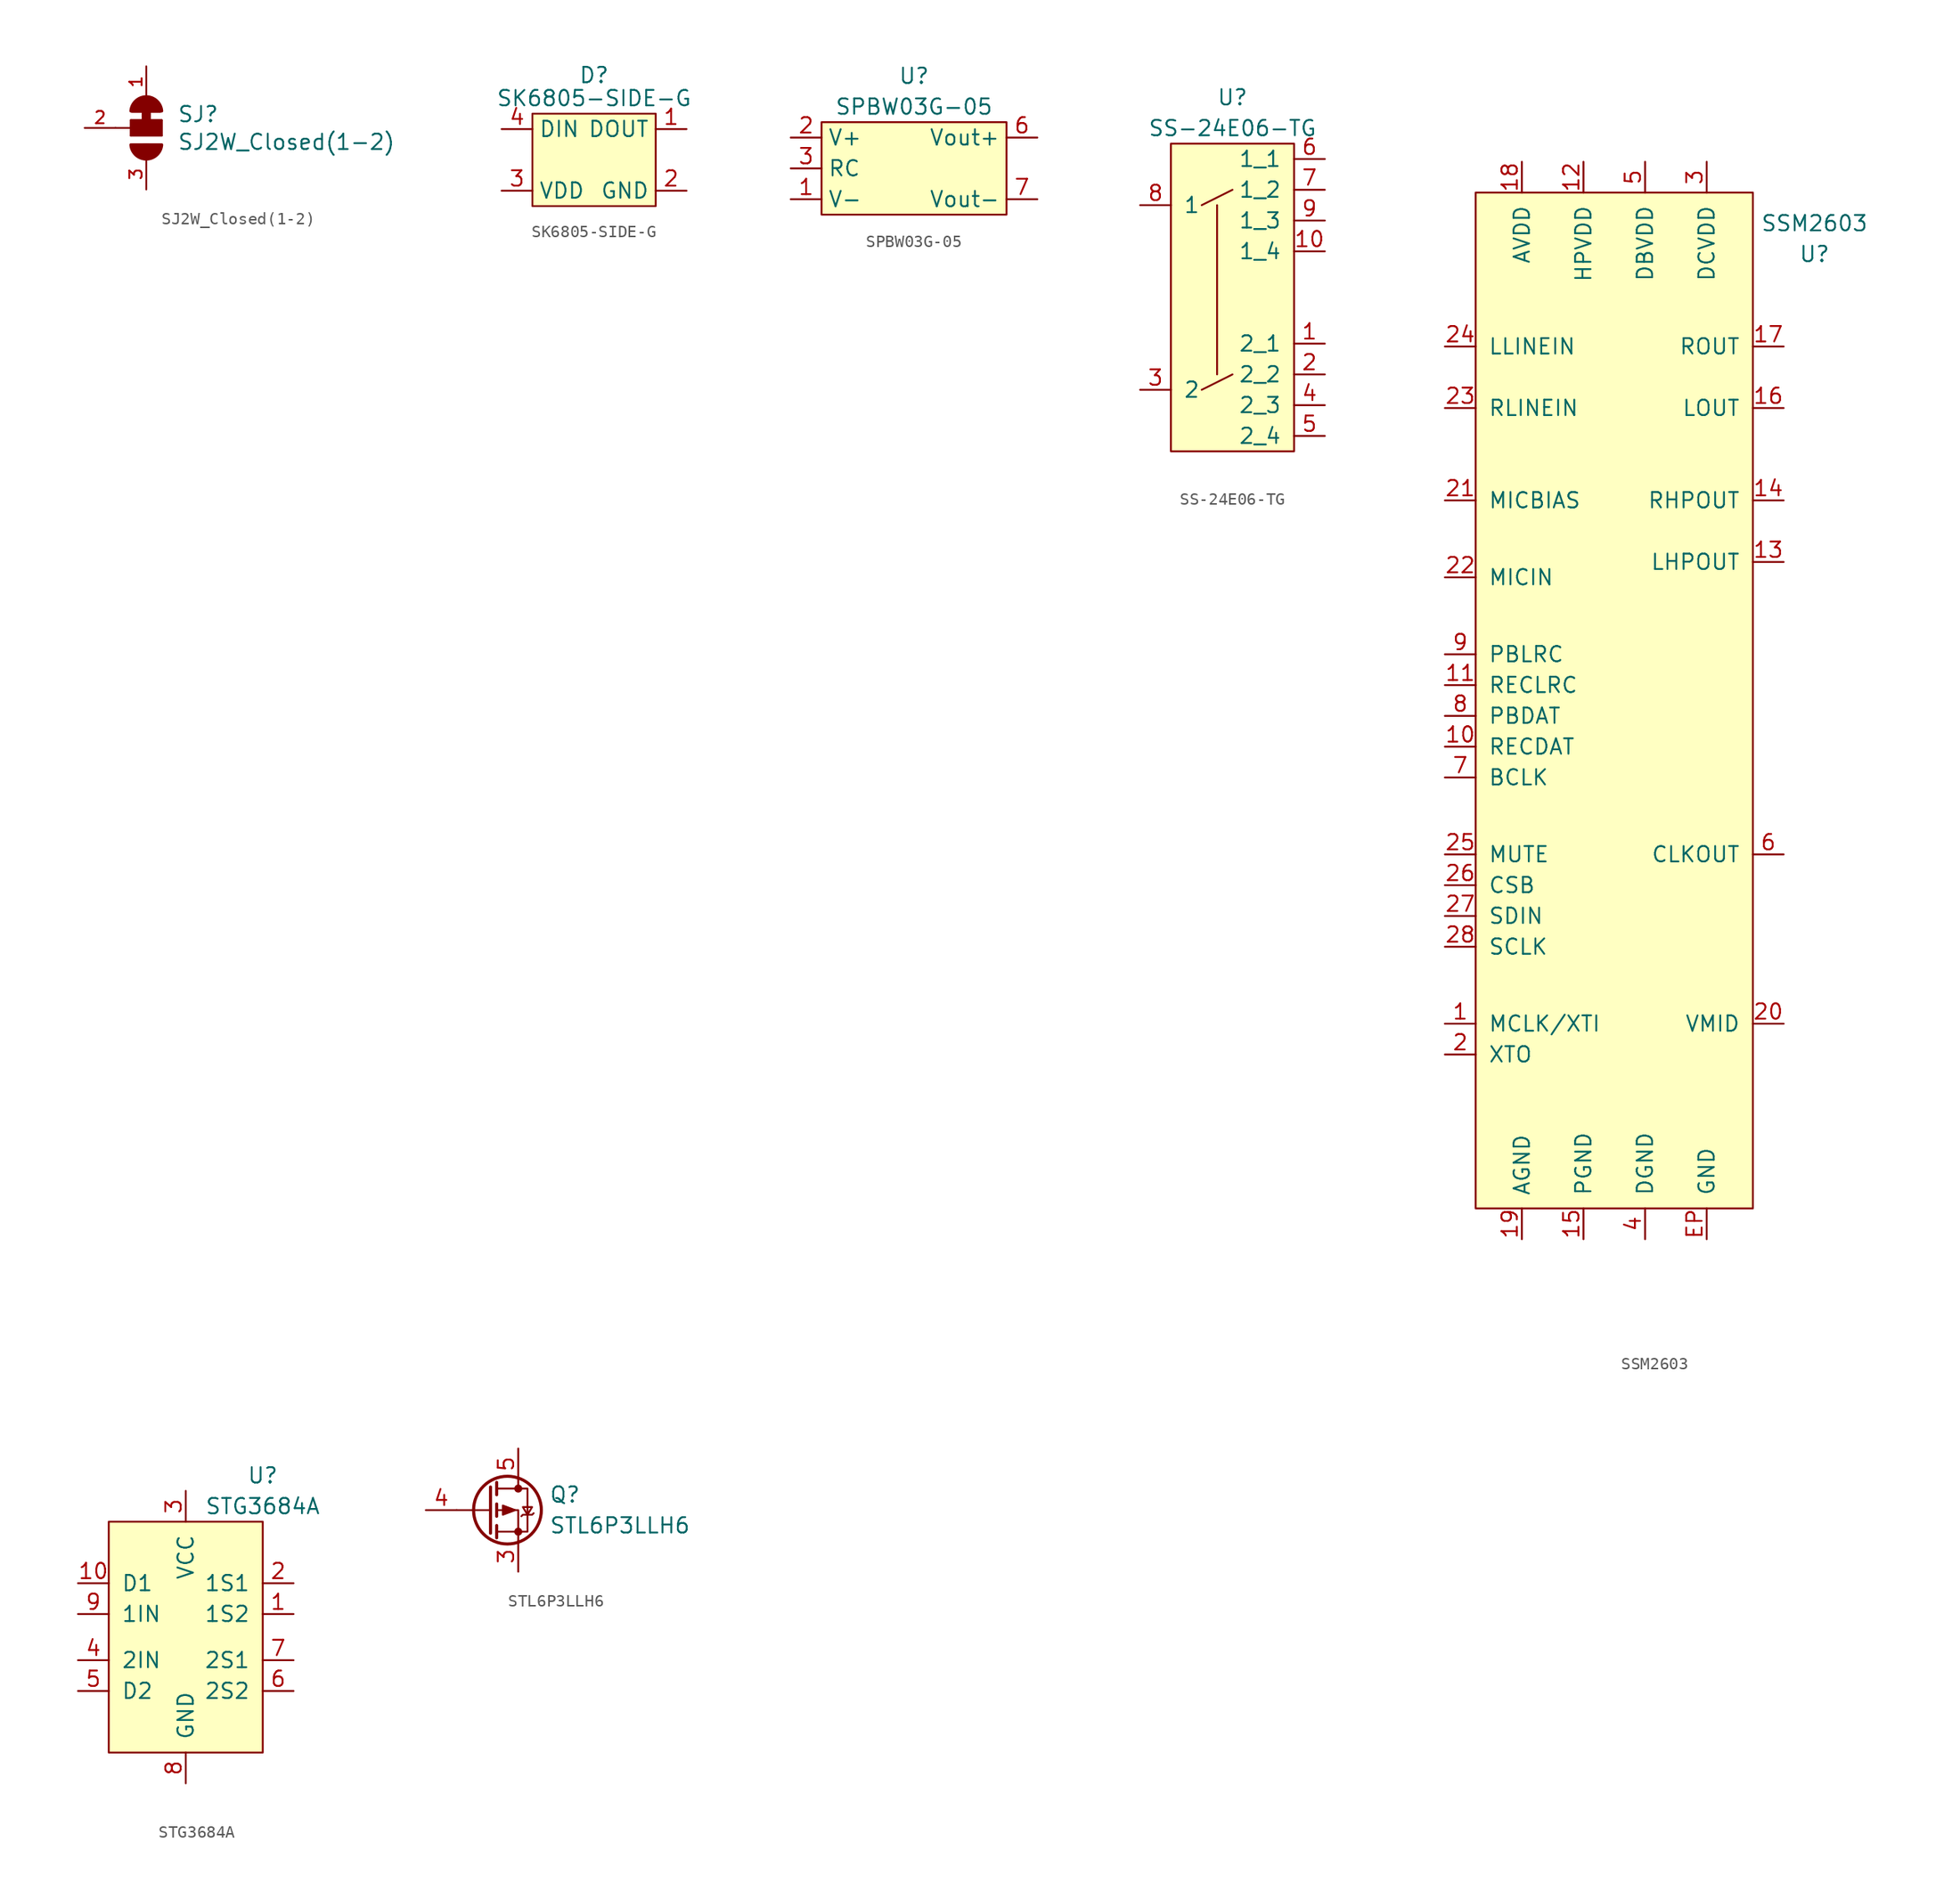
<source format=kicad_sym>
(kicad_symbol_lib
  (version 20211014)
  (generator kicad_symbol_editor)
  (symbol "SJ2W_Closed(1-2)"
    (pin_names
      (offset 1.016) hide)
    (property "Reference" "SJ"
      (at 2.54 0.381 0)
      (effects (font (size 1.27 1.27)) (justify left bottom)))
    (property "Value" "SJ2W_Closed(1-2)"
      (at 2.54 -1.905 0)
      (effects (font (size 1.27 1.27)) (justify left bottom)))
    (property "Datasheet" ""
      (at 0 0 0)
      (effects (font (size 1.524 1.524))))
    (symbol "SJ2W_Closed(1-2)_0_1"
      (polyline (pts (xy 0 1.905) (xy 0 0)) (stroke (width 0.762) (type default) (color 0 0 0 0)) (fill (type none))))
    (symbol "SJ2W_Closed(1-2)_1_0"
      (polyline (pts (xy -2.54 0) (xy -1.27 0)) (stroke (width 0) (type default) (color 0 0 0 0)) (fill (type none)))
      (polyline (pts (xy -1.27 -0.635) (xy -1.27 0)) (stroke (width 0) (type default) (color 0 0 0 0)) (fill (type none)))
      (polyline (pts (xy -1.27 0) (xy -1.27 0.635)) (stroke (width 0) (type default) (color 0 0 0 0)) (fill (type none)))
      (polyline (pts (xy -1.27 0.635) (xy 1.27 0.635)) (stroke (width 0) (type default) (color 0 0 0 0)) (fill (type none)))
      (polyline (pts (xy 1.27 -0.635) (xy -1.27 -0.635)) (stroke (width 0) (type default) (color 0 0 0 0)) (fill (type none)))
      (polyline (pts (xy 1.27 0.635) (xy 1.27 -0.635)) (stroke (width 0) (type default) (color 0 0 0 0)) (fill (type none))))
    (symbol "SJ2W_Closed(1-2)_1_1"
      (arc (start -1.27 -1.397) (mid 0 -2.5695) (end 1.27 -1.397) (stroke (width 0.254) (type default) (color 0 0 0 0)) (fill (type outline)))
      (rectangle (start -1.27 -0.635) (end 1.27 0.635) (stroke (width 0) (type default) (color 0 0 0 0)) (fill (type outline)))
      (polyline (pts (xy -1.168 1.372) (xy 1.143 1.372)) (stroke (width 0.254) (type default) (color 0 0 0 0)) (fill (type none)))
      (polyline (pts (xy -1.143 -1.397) (xy 1.143 -1.397)) (stroke (width 0.254) (type default) (color 0 0 0 0)) (fill (type none)))
      (arc (start 1.27 1.397) (mid 0 2.5695) (end -1.27 1.397) (stroke (width 0.254) (type default) (color 0 0 0 0)) (fill (type outline)))
      (pin passive line (at 0 5.08 270) (length 2.54) (name "1" (effects (font (size 0.508 0.508)))) (number "1" (effects (font (size 1.016 1.016)))))
      (pin passive line (at -5.08 0 0) (length 2.54) (name "2" (effects (font (size 0.508 0.508)))) (number "2" (effects (font (size 1.016 1.016)))))
      (pin passive line (at 0 -5.08 90) (length 2.54) (name "3" (effects (font (size 0.508 0.508)))) (number "3" (effects (font (size 1.016 1.016)))))))
  (symbol "SK6805-SIDE-G"
    (property "Reference" "D"
      (at 0 6.985 0)
      (effects (font (size 1.27 1.27))))
    (property "Value" "SK6805-SIDE-G"
      (at 0 5.08 0)
      (effects (font (size 1.27 1.27))))
    (symbol "SK6805-SIDE-G_0_1"
      (rectangle (start -5.08 3.81) (end 5.08 -3.81) (stroke (width 0) (type default) (color 0 0 0 0)) (fill (type background))))
    (symbol "SK6805-SIDE-G_1_1"
      (pin input line (at 7.62 2.54 180) (length 2.54) (name "DOUT" (effects (font (size 1.27 1.27)))) (number "1" (effects (font (size 1.27 1.27)))))
      (pin input line (at 7.62 -2.54 180) (length 2.54) (name "GND" (effects (font (size 1.27 1.27)))) (number "2" (effects (font (size 1.27 1.27)))))
      (pin input line (at -7.62 -2.54 0) (length 2.54) (name "VDD" (effects (font (size 1.27 1.27)))) (number "3" (effects (font (size 1.27 1.27)))))
      (pin input line (at -7.62 2.54 0) (length 2.54) (name "DIN" (effects (font (size 1.27 1.27)))) (number "4" (effects (font (size 1.27 1.27)))))))
  (symbol "SPBW03G-05"
    (property "Reference" "U"
      (at 0 7.62 0)
      (effects (font (size 1.27 1.27))))
    (property "Value" "SPBW03G-05"
      (at 0 5.08 0)
      (effects (font (size 1.27 1.27))))
    (symbol "SPBW03G-05_0_1"
      (rectangle (start -7.62 3.81) (end 7.62 -3.81) (stroke (width 0) (type default) (color 0 0 0 0)) (fill (type background))))
    (symbol "SPBW03G-05_1_1"
      (pin input line (at -10.16 -2.54 0) (length 2.54) (name "V-" (effects (font (size 1.27 1.27)))) (number "1" (effects (font (size 1.27 1.27)))))
      (pin input line (at -10.16 2.54 0) (length 2.54) (name "V+" (effects (font (size 1.27 1.27)))) (number "2" (effects (font (size 1.27 1.27)))))
      (pin input line (at -10.16 0 0) (length 2.54) (name "RC" (effects (font (size 1.27 1.27)))) (number "3" (effects (font (size 1.27 1.27)))))
      (pin input line (at 10.16 1.27 180) (length 2.54) hide (name "NC" (effects (font (size 1.27 1.27)))) (number "5" (effects (font (size 1.27 1.27)))))
      (pin input line (at 10.16 2.54 180) (length 2.54) (name "Vout+" (effects (font (size 1.27 1.27)))) (number "6" (effects (font (size 1.27 1.27)))))
      (pin input line (at 10.16 -2.54 180) (length 2.54) (name "Vout-" (effects (font (size 1.27 1.27)))) (number "7" (effects (font (size 1.27 1.27)))))
      (pin input line (at 10.16 -1.27 180) (length 2.54) hide (name "NC" (effects (font (size 1.27 1.27)))) (number "8" (effects (font (size 1.27 1.27)))))))
  (symbol "SS-24E06-TG"
    (pin_names
      (offset 1.016))
    (property "Reference" "U"
      (at 0 16.51 0)
      (effects (font (size 1.27 1.27))))
    (property "Value" "SS-24E06-TG"
      (at 0 13.97 0)
      (effects (font (size 1.27 1.27))))
    (symbol "SS-24E06-TG_0_1"
      (polyline (pts (xy -2.54 7.62) (xy 0 8.89)) (stroke (width 0) (type default) (color 0 0 0 0)) (fill (type none)))
      (polyline (pts (xy -1.27 7.62) (xy -1.27 -6.35)) (stroke (width 0) (type default) (color 0 0 0 0)) (fill (type none)))
      (polyline (pts (xy 0 -6.35) (xy -2.54 -7.62)) (stroke (width 0) (type default) (color 0 0 0 0)) (fill (type none)))
      (rectangle (start 5.08 12.7) (end -5.08 -12.7) (stroke (width 0) (type default) (color 0 0 0 0)) (fill (type background))))
    (symbol "SS-24E06-TG_1_1"
      (pin input line (at 7.62 -3.81 180) (length 2.54) (name "2_1" (effects (font (size 1.27 1.27)))) (number "1" (effects (font (size 1.27 1.27)))))
      (pin input line (at 7.62 3.81 180) (length 2.54) (name "1_4" (effects (font (size 1.27 1.27)))) (number "10" (effects (font (size 1.27 1.27)))))
      (pin input line (at 7.62 -6.35 180) (length 2.54) (name "2_2" (effects (font (size 1.27 1.27)))) (number "2" (effects (font (size 1.27 1.27)))))
      (pin input line (at -7.62 -7.62 0) (length 2.54) (name "2" (effects (font (size 1.27 1.27)))) (number "3" (effects (font (size 1.27 1.27)))))
      (pin input line (at 7.62 -8.89 180) (length 2.54) (name "2_3" (effects (font (size 1.27 1.27)))) (number "4" (effects (font (size 1.27 1.27)))))
      (pin input line (at 7.62 -11.43 180) (length 2.54) (name "2_4" (effects (font (size 1.27 1.27)))) (number "5" (effects (font (size 1.27 1.27)))))
      (pin input line (at 7.62 11.43 180) (length 2.54) (name "1_1" (effects (font (size 1.27 1.27)))) (number "6" (effects (font (size 1.27 1.27)))))
      (pin input line (at 7.62 8.89 180) (length 2.54) (name "1_2" (effects (font (size 1.27 1.27)))) (number "7" (effects (font (size 1.27 1.27)))))
      (pin input line (at -7.62 7.62 0) (length 2.54) (name "1" (effects (font (size 1.27 1.27)))) (number "8" (effects (font (size 1.27 1.27)))))
      (pin input line (at 7.62 6.35 180) (length 2.54) (name "1_3" (effects (font (size 1.27 1.27)))) (number "9" (effects (font (size 1.27 1.27)))))))
  (symbol "SSM2603"
    (pin_names
      (offset 1.016))
    (property "Reference" "U"
      (at 16.51 36.83 0)
      (effects (font (size 1.27 1.27))))
    (property "Value" "SSM2603"
      (at 16.51 39.37 0)
      (effects (font (size 1.27 1.27))))
    (symbol "SSM2603_0_1"
      (rectangle (start -11.43 41.91) (end 11.43 -41.91) (stroke (width 0) (type default) (color 0 0 0 0)) (fill (type background))))
    (symbol "SSM2603_1_1"
      (pin input line (at -13.97 -26.67 0) (length 2.54) (name "MCLK/XTI" (effects (font (size 1.27 1.27)))) (number "1" (effects (font (size 1.27 1.27)))))
      (pin input line (at -13.97 -3.81 0) (length 2.54) (name "RECDAT" (effects (font (size 1.27 1.27)))) (number "10" (effects (font (size 1.27 1.27)))))
      (pin input line (at -13.97 1.27 0) (length 2.54) (name "RECLRC" (effects (font (size 1.27 1.27)))) (number "11" (effects (font (size 1.27 1.27)))))
      (pin input line (at -2.54 44.45 270) (length 2.54) (name "HPVDD" (effects (font (size 1.27 1.27)))) (number "12" (effects (font (size 1.27 1.27)))))
      (pin input line (at 13.97 11.43 180) (length 2.54) (name "LHPOUT" (effects (font (size 1.27 1.27)))) (number "13" (effects (font (size 1.27 1.27)))))
      (pin input line (at 13.97 16.51 180) (length 2.54) (name "RHPOUT" (effects (font (size 1.27 1.27)))) (number "14" (effects (font (size 1.27 1.27)))))
      (pin input line (at -2.54 -44.45 90) (length 2.54) (name "PGND" (effects (font (size 1.27 1.27)))) (number "15" (effects (font (size 1.27 1.27)))))
      (pin input line (at 13.97 24.13 180) (length 2.54) (name "LOUT" (effects (font (size 1.27 1.27)))) (number "16" (effects (font (size 1.27 1.27)))))
      (pin input line (at 13.97 29.21 180) (length 2.54) (name "ROUT" (effects (font (size 1.27 1.27)))) (number "17" (effects (font (size 1.27 1.27)))))
      (pin input line (at -7.62 44.45 270) (length 2.54) (name "AVDD" (effects (font (size 1.27 1.27)))) (number "18" (effects (font (size 1.27 1.27)))))
      (pin input line (at -7.62 -44.45 90) (length 2.54) (name "AGND" (effects (font (size 1.27 1.27)))) (number "19" (effects (font (size 1.27 1.27)))))
      (pin input line (at -13.97 -29.21 0) (length 2.54) (name "XTO" (effects (font (size 1.27 1.27)))) (number "2" (effects (font (size 1.27 1.27)))))
      (pin input line (at 13.97 -26.67 180) (length 2.54) (name "VMID" (effects (font (size 1.27 1.27)))) (number "20" (effects (font (size 1.27 1.27)))))
      (pin input line (at -13.97 16.51 0) (length 2.54) (name "MICBIAS" (effects (font (size 1.27 1.27)))) (number "21" (effects (font (size 1.27 1.27)))))
      (pin input line (at -13.97 10.16 0) (length 2.54) (name "MICIN" (effects (font (size 1.27 1.27)))) (number "22" (effects (font (size 1.27 1.27)))))
      (pin input line (at -13.97 24.13 0) (length 2.54) (name "RLINEIN" (effects (font (size 1.27 1.27)))) (number "23" (effects (font (size 1.27 1.27)))))
      (pin input line (at -13.97 29.21 0) (length 2.54) (name "LLINEIN" (effects (font (size 1.27 1.27)))) (number "24" (effects (font (size 1.27 1.27)))))
      (pin input line (at -13.97 -12.7 0) (length 2.54) (name "MUTE" (effects (font (size 1.27 1.27)))) (number "25" (effects (font (size 1.27 1.27)))))
      (pin input line (at -13.97 -15.24 0) (length 2.54) (name "CSB" (effects (font (size 1.27 1.27)))) (number "26" (effects (font (size 1.27 1.27)))))
      (pin input line (at -13.97 -17.78 0) (length 2.54) (name "SDIN" (effects (font (size 1.27 1.27)))) (number "27" (effects (font (size 1.27 1.27)))))
      (pin input line (at -13.97 -20.32 0) (length 2.54) (name "SCLK" (effects (font (size 1.27 1.27)))) (number "28" (effects (font (size 1.27 1.27)))))
      (pin input line (at 7.62 44.45 270) (length 2.54) (name "DCVDD" (effects (font (size 1.27 1.27)))) (number "3" (effects (font (size 1.27 1.27)))))
      (pin input line (at 2.54 -44.45 90) (length 2.54) (name "DGND" (effects (font (size 1.27 1.27)))) (number "4" (effects (font (size 1.27 1.27)))))
      (pin input line (at 2.54 44.45 270) (length 2.54) (name "DBVDD" (effects (font (size 1.27 1.27)))) (number "5" (effects (font (size 1.27 1.27)))))
      (pin input line (at 13.97 -12.7 180) (length 2.54) (name "CLKOUT" (effects (font (size 1.27 1.27)))) (number "6" (effects (font (size 1.27 1.27)))))
      (pin input line (at -13.97 -6.35 0) (length 2.54) (name "BCLK" (effects (font (size 1.27 1.27)))) (number "7" (effects (font (size 1.27 1.27)))))
      (pin input line (at -13.97 -1.27 0) (length 2.54) (name "PBDAT" (effects (font (size 1.27 1.27)))) (number "8" (effects (font (size 1.27 1.27)))))
      (pin input line (at -13.97 3.81 0) (length 2.54) (name "PBLRC" (effects (font (size 1.27 1.27)))) (number "9" (effects (font (size 1.27 1.27)))))
      (pin input line (at 7.62 -44.45 90) (length 2.54) (name "GND" (effects (font (size 1.27 1.27)))) (number "EP" (effects (font (size 1.27 1.27)))))))
  (symbol "STG3684A"
    (pin_names
      (offset 1.016))
    (property "Reference" "U"
      (at 6.35 12.7 0)
      (effects (font (size 1.27 1.27))))
    (property "Value" "STG3684A"
      (at 6.35 10.16 0)
      (effects (font (size 1.27 1.27))))
    (symbol "STG3684A_0_1"
      (rectangle (start -6.35 -10.16) (end 6.35 8.89) (stroke (width 0) (type default) (color 0 0 0 0)) (fill (type background))))
    (symbol "STG3684A_1_1"
      (pin input line (at 8.89 1.27 180) (length 2.54) (name "1S2" (effects (font (size 1.27 1.27)))) (number "1" (effects (font (size 1.27 1.27)))))
      (pin input line (at -8.89 3.81 0) (length 2.54) (name "D1" (effects (font (size 1.27 1.27)))) (number "10" (effects (font (size 1.27 1.27)))))
      (pin input line (at 8.89 3.81 180) (length 2.54) (name "1S1" (effects (font (size 1.27 1.27)))) (number "2" (effects (font (size 1.27 1.27)))))
      (pin input line (at 0 11.43 270) (length 2.54) (name "VCC" (effects (font (size 1.27 1.27)))) (number "3" (effects (font (size 1.27 1.27)))))
      (pin input line (at -8.89 -2.54 0) (length 2.54) (name "2IN" (effects (font (size 1.27 1.27)))) (number "4" (effects (font (size 1.27 1.27)))))
      (pin input line (at -8.89 -5.08 0) (length 2.54) (name "D2" (effects (font (size 1.27 1.27)))) (number "5" (effects (font (size 1.27 1.27)))))
      (pin input line (at 8.89 -5.08 180) (length 2.54) (name "2S2" (effects (font (size 1.27 1.27)))) (number "6" (effects (font (size 1.27 1.27)))))
      (pin input line (at 8.89 -2.54 180) (length 2.54) (name "2S1" (effects (font (size 1.27 1.27)))) (number "7" (effects (font (size 1.27 1.27)))))
      (pin input line (at 0 -12.7 90) (length 2.54) (name "GND" (effects (font (size 1.27 1.27)))) (number "8" (effects (font (size 1.27 1.27)))))
      (pin input line (at -8.89 1.27 0) (length 2.54) (name "1IN" (effects (font (size 1.27 1.27)))) (number "9" (effects (font (size 1.27 1.27)))))))
  (symbol "STL6P3LLH6"
    (pin_names
      (offset 0) hide)
    (property "Reference" "Q"
      (at 5.08 1.27 0)
      (effects (font (size 1.27 1.27)) (justify left)))
    (property "Value" "STL6P3LLH6"
      (at 5.08 -1.27 0)
      (effects (font (size 1.27 1.27)) (justify left)))
    (symbol "STL6P3LLH6_0_1"
      (polyline (pts (xy 0.254 0) (xy -2.54 0)) (stroke (width 0) (type default) (color 0 0 0 0)) (fill (type none)))
      (polyline (pts (xy 0.254 1.905) (xy 0.254 -1.905)) (stroke (width 0.254) (type default) (color 0 0 0 0)) (fill (type none)))
      (polyline (pts (xy 0.762 -1.27) (xy 0.762 -2.286)) (stroke (width 0.254) (type default) (color 0 0 0 0)) (fill (type none)))
      (polyline (pts (xy 0.762 0.508) (xy 0.762 -0.508)) (stroke (width 0.254) (type default) (color 0 0 0 0)) (fill (type none)))
      (polyline (pts (xy 0.762 2.286) (xy 0.762 1.27)) (stroke (width 0.254) (type default) (color 0 0 0 0)) (fill (type none)))
      (polyline (pts (xy 2.54 2.54) (xy 2.54 1.778)) (stroke (width 0) (type default) (color 0 0 0 0)) (fill (type none)))
      (polyline (pts (xy 2.54 -2.54) (xy 2.54 0) (xy 0.762 0)) (stroke (width 0) (type default) (color 0 0 0 0)) (fill (type none)))
      (polyline (pts (xy 0.762 1.778) (xy 3.302 1.778) (xy 3.302 -1.778) (xy 0.762 -1.778)) (stroke (width 0) (type default) (color 0 0 0 0)) (fill (type none)))
      (polyline (pts (xy 2.286 0) (xy 1.27 0.381) (xy 1.27 -0.381) (xy 2.286 0)) (stroke (width 0) (type default) (color 0 0 0 0)) (fill (type outline)))
      (polyline (pts (xy 2.794 -0.508) (xy 2.921 -0.381) (xy 3.683 -0.381) (xy 3.81 -0.254)) (stroke (width 0) (type default) (color 0 0 0 0)) (fill (type none)))
      (polyline (pts (xy 3.302 -0.381) (xy 2.921 0.254) (xy 3.683 0.254) (xy 3.302 -0.381)) (stroke (width 0) (type default) (color 0 0 0 0)) (fill (type none)))
      (circle (center 1.651 0) (radius 2.794) (stroke (width 0.254) (type default) (color 0 0 0 0)) (fill (type none)))
      (circle (center 2.54 -1.778) (radius 0.254) (stroke (width 0) (type default) (color 0 0 0 0)) (fill (type outline)))
      (circle (center 2.54 1.778) (radius 0.254) (stroke (width 0) (type default) (color 0 0 0 0)) (fill (type outline))))
    (symbol "STL6P3LLH6_1_1"
      (pin passive line (at 2.54 -5.08 90) (length 2.54) hide (name "S" (effects (font (size 1.27 1.27)))) (number "1" (effects (font (size 1.27 1.27)))))
      (pin passive line (at 2.54 -5.08 90) (length 2.54) hide (name "S" (effects (font (size 1.27 1.27)))) (number "2" (effects (font (size 1.27 1.27)))))
      (pin passive line (at 2.54 -5.08 90) (length 2.54) (name "S" (effects (font (size 1.27 1.27)))) (number "3" (effects (font (size 1.27 1.27)))))
      (pin input line (at -5.08 0 0) (length 2.54) (name "G" (effects (font (size 1.27 1.27)))) (number "4" (effects (font (size 1.27 1.27)))))
      (pin passive line (at 2.54 5.08 270) (length 2.54) (name "D" (effects (font (size 1.27 1.27)))) (number "5" (effects (font (size 1.27 1.27))))))))
</source>
